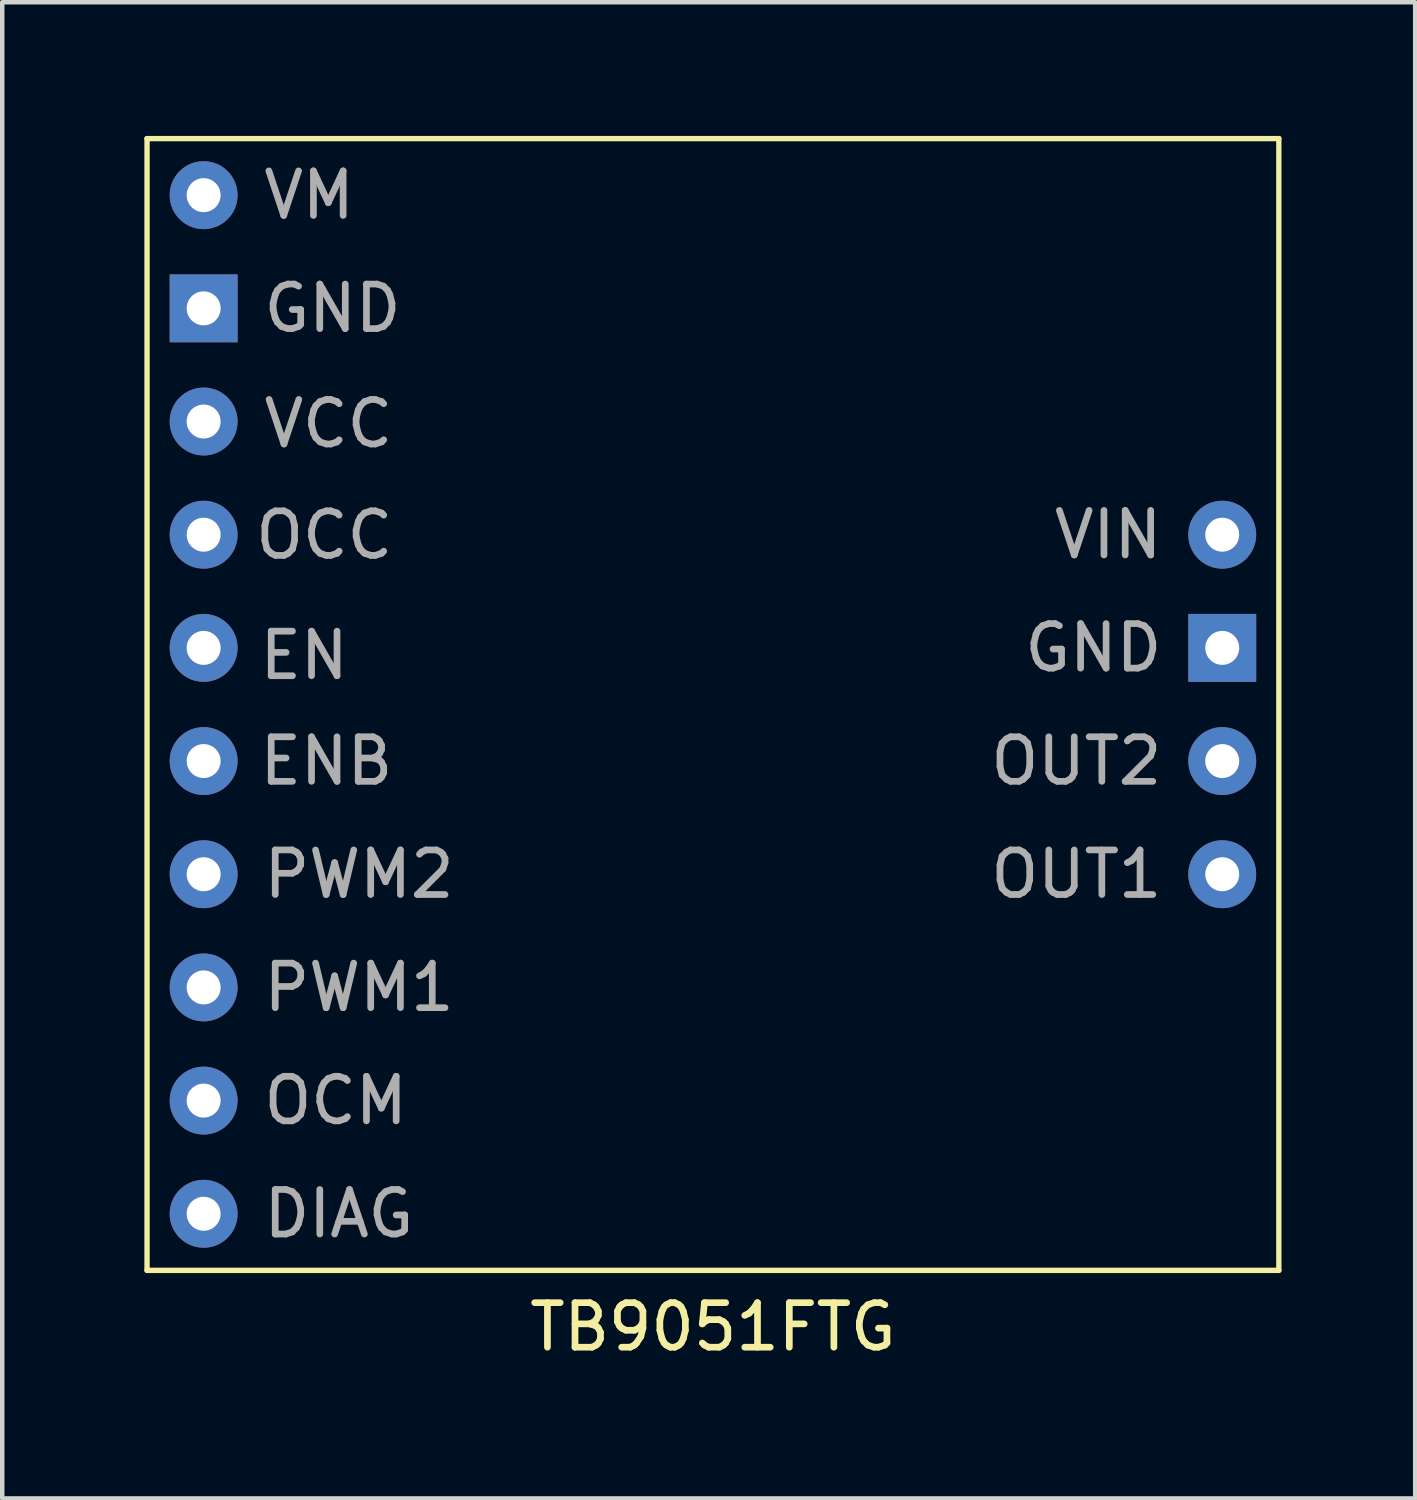
<source format=kicad_pcb>
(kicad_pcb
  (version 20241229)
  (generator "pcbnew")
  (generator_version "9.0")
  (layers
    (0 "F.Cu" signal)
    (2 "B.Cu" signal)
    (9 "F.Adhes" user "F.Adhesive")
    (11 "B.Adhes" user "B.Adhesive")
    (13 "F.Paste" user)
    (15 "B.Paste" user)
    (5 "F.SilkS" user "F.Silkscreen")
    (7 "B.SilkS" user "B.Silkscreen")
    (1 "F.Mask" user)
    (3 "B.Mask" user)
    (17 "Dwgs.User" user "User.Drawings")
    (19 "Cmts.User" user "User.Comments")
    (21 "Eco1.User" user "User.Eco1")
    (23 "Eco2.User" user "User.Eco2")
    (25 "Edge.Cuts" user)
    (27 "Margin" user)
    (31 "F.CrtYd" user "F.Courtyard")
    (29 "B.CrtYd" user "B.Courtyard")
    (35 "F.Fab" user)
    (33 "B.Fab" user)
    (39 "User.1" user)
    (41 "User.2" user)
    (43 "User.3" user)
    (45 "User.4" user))
  (footprint "TB9051FTG"
    (layer "F.Cu")
    (at 0.25 25.46)
    (property "Reference" "TB9051FTG" (at 12.7 1.27 0) (layer "F.SilkS") (effects (font (size 1 1) (thickness 0.15))))
    (attr through_hole)
    (fp_line (start 0 -25.4) (end 0 0) (stroke (width 0.12) (type solid)) (layer "F.SilkS"))
    (fp_line (start 0 0) (end 25.4 0) (stroke (width 0.12) (type solid)) (layer "F.SilkS"))
    (fp_line (start 25.4 -25.4) (end 0 -25.4) (stroke (width 0.12) (type solid)) (layer "F.SilkS"))
    (fp_line (start 25.4 0) (end 25.4 -25.4) (stroke (width 0.12) (type solid)) (layer "F.SilkS"))
    (fp_text user "VIN" (at 22.86 -16.51 0) (layer "F.Fab") (effects (font (size 1 1) (thickness 0.15)) (justify right)))
    (fp_text user "OUT1" (at 22.86 -8.89 0) (layer "F.Fab") (effects (font (size 1 1) (thickness 0.15)) (justify right)))
    (fp_text user "GND" (at 2.54 -21.59 0) (layer "F.Fab") (effects (font (size 1 1) (thickness 0.15)) (justify left)))
    (fp_text user "VCC" (at 5.6 -19 0) (layer "F.Fab") (effects (font (size 1 1) (thickness 0.15)) (justify right)))
    (fp_text user "OCC" (at 5.6 -16.5 0) (layer "F.Fab") (effects (font (size 1 1) (thickness 0.15)) (justify right)))
    (fp_text user "ENB" (at 5.6 -11.43 0) (layer "F.Fab") (effects (font (size 1 1) (thickness 0.15)) (justify right)))
    (fp_text user "DIAG" (at 2.54 -1.27 0) (layer "F.Fab") (effects (font (size 1 1) (thickness 0.15)) (justify left)))
    (fp_text user "GND" (at 22.86 -13.97 0) (layer "F.Fab") (effects (font (size 1 1) (thickness 0.15)) (justify right)))
    (fp_text user "OCM" (at 2.54 -3.81 0) (layer "F.Fab") (effects (font (size 1 1) (thickness 0.15)) (justify left)))
    (fp_text user "VM" (at 2.54 -24.13 0) (layer "F.Fab") (effects (font (size 1 1) (thickness 0.15)) (justify left)))
    (fp_text user "PWM1" (at 2.54 -6.35 0) (layer "F.Fab") (effects (font (size 1 1) (thickness 0.15)) (justify left)))
    (fp_text user "PWM2" (at 2.54 -8.89 0) (layer "F.Fab") (effects (font (size 1 1) (thickness 0.15)) (justify left)))
    (fp_text user "EN" (at 4.6 -13.8 0) (layer "F.Fab") (effects (font (size 1 1) (thickness 0.15)) (justify right)))
    (fp_text user "OUT2" (at 22.86 -11.43 0) (layer "F.Fab") (effects (font (size 1 1) (thickness 0.15)) (justify right)))
    (pad "1" thru_hole circle (at 1.27 -24.13) (size 1.524 1.524) (drill 0.762) (layers "*.Cu" "*.Mask"))
    (pad "2" thru_hole rect (at 1.27 -21.59) (size 1.524 1.524) (drill 0.762) (layers "*.Cu" "*.Mask"))
    (pad "3" thru_hole circle (at 1.27 -19.05) (size 1.524 1.524) (drill 0.762) (layers "*.Cu" "*.Mask"))
    (pad "4" thru_hole circle (at 1.27 -16.51) (size 1.524 1.524) (drill 0.762) (layers "*.Cu" "*.Mask"))
    (pad "5" thru_hole circle (at 1.27 -13.97) (size 1.524 1.524) (drill 0.762) (layers "*.Cu" "*.Mask"))
    (pad "6" thru_hole circle (at 1.27 -11.43) (size 1.524 1.524) (drill 0.762) (layers "*.Cu" "*.Mask"))
    (pad "7" thru_hole circle (at 1.27 -8.89) (size 1.524 1.524) (drill 0.762) (layers "*.Cu" "*.Mask"))
    (pad "8" thru_hole circle (at 1.27 -6.35) (size 1.524 1.524) (drill 0.762) (layers "*.Cu" "*.Mask"))
    (pad "9" thru_hole circle (at 1.27 -3.81) (size 1.524 1.524) (drill 0.762) (layers "*.Cu" "*.Mask"))
    (pad "10" thru_hole circle (at 1.27 -1.27) (size 1.524 1.524) (drill 0.762) (layers "*.Cu" "*.Mask"))
    (pad "15" thru_hole circle (at 24.13 -16.51) (size 1.524 1.524) (drill 0.762) (layers "*.Cu" "*.Mask"))
    (pad "16" thru_hole rect (at 24.13 -13.97) (size 1.524 1.524) (drill 0.762) (layers "*.Cu" "*.Mask"))
    (pad "17" thru_hole circle (at 24.13 -11.43) (size 1.524 1.524) (drill 0.762) (layers "*.Cu" "*.Mask"))
    (pad "18" thru_hole circle (at 24.13 -8.89) (size 1.524 1.524) (drill 0.762) (layers "*.Cu" "*.Mask")))
  (gr_rect
    (start -3 -3)
    (end 28.71 30.578)
    (stroke (width 0.1) (type default))
    (fill no)
    (layer "Edge.Cuts")))
</source>
